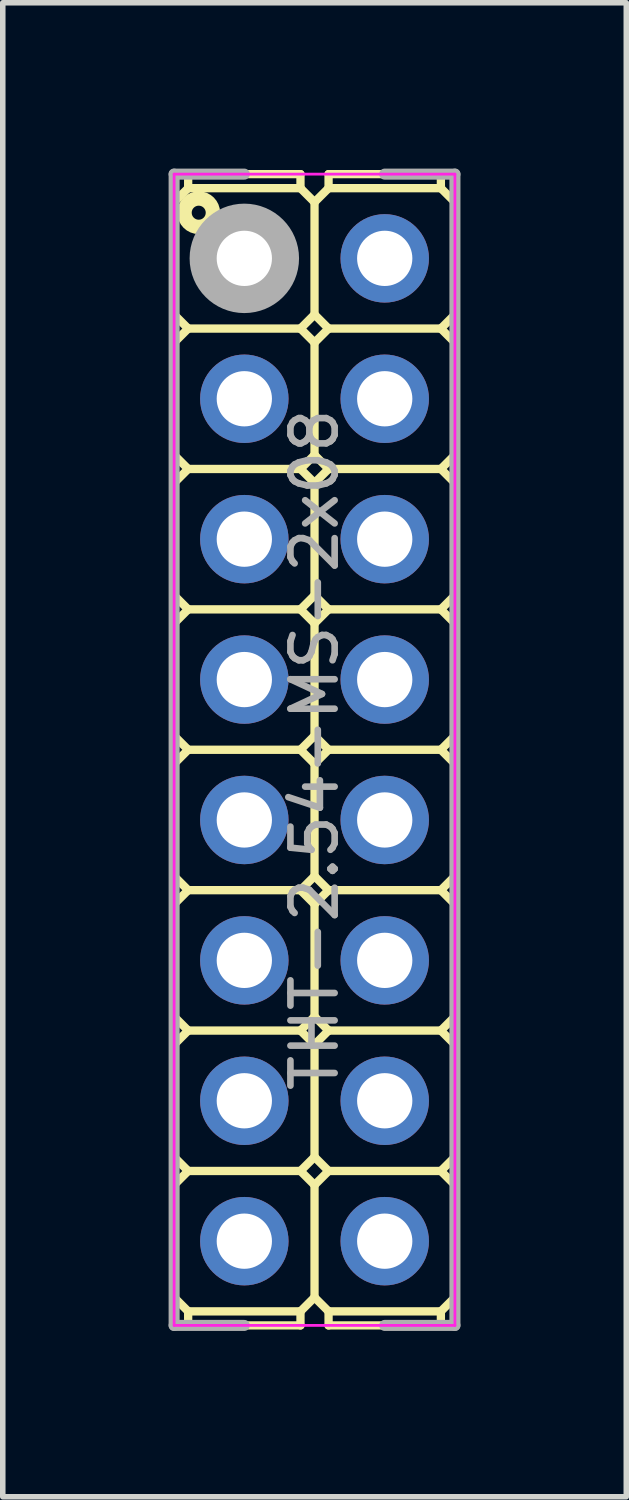
<source format=kicad_pcb>
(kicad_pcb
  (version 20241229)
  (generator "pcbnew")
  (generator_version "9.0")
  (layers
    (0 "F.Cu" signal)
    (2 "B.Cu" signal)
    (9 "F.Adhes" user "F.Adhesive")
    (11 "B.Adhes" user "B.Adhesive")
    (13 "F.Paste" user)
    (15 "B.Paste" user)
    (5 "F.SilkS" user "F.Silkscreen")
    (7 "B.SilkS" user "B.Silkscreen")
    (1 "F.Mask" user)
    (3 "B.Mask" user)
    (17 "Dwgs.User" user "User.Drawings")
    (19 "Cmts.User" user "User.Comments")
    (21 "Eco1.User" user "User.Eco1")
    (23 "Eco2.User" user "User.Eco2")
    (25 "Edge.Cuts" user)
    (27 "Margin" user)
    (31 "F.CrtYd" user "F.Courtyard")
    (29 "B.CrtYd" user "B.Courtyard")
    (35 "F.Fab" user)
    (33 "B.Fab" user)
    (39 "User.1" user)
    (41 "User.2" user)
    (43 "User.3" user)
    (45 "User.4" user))
  (footprint "THT-2.54-MS-2x08"
    (layer "F.Cu")
    (at 2.64 10.514)
    (property "Reference" "THT-2.54-MS-2x08" (at 0 0 270) (layer "F.Fab") (effects (font (size 0.8 0.8) (thickness 0.12))))
    (attr through_hole)
    (fp_line (start -2.54 -9.906) (end -2.54 -7.874) (stroke (width 0.15) (type solid)) (layer "F.SilkS"))
    (fp_line (start -2.54 -9.906) (end -2.286 -10.16) (stroke (width 0.15) (type solid)) (layer "F.SilkS"))
    (fp_line (start -2.54 -7.874) (end -2.286 -7.62) (stroke (width 0.15) (type solid)) (layer "F.SilkS"))
    (fp_line (start -2.54 -7.366) (end -2.54 -5.334) (stroke (width 0.15) (type solid)) (layer "F.SilkS"))
    (fp_line (start -2.54 -5.334) (end -2.286 -5.08) (stroke (width 0.15) (type solid)) (layer "F.SilkS"))
    (fp_line (start -2.54 -4.826) (end -2.54 -2.794) (stroke (width 0.15) (type solid)) (layer "F.SilkS"))
    (fp_line (start -2.54 -2.794) (end -2.286 -2.54) (stroke (width 0.15) (type solid)) (layer "F.SilkS"))
    (fp_line (start -2.54 -2.286) (end -2.54 -0.254) (stroke (width 0.15) (type solid)) (layer "F.SilkS"))
    (fp_line (start -2.54 -0.254) (end -2.286 0) (stroke (width 0.15) (type solid)) (layer "F.SilkS"))
    (fp_line (start -2.54 0.254) (end -2.54 2.286) (stroke (width 0.15) (type solid)) (layer "F.SilkS"))
    (fp_line (start -2.54 2.286) (end -2.286 2.54) (stroke (width 0.15) (type solid)) (layer "F.SilkS"))
    (fp_line (start -2.54 2.794) (end -2.54 4.826) (stroke (width 0.15) (type solid)) (layer "F.SilkS"))
    (fp_line (start -2.54 4.826) (end -2.286 5.08) (stroke (width 0.15) (type solid)) (layer "F.SilkS"))
    (fp_line (start -2.54 5.334) (end -2.54 7.366) (stroke (width 0.15) (type solid)) (layer "F.SilkS"))
    (fp_line (start -2.54 7.366) (end -2.286 7.62) (stroke (width 0.15) (type solid)) (layer "F.SilkS"))
    (fp_line (start -2.54 7.874) (end -2.54 9.906) (stroke (width 0.15) (type solid)) (layer "F.SilkS"))
    (fp_line (start -2.54 9.906) (end -2.286 10.16) (stroke (width 0.15) (type solid)) (layer "F.SilkS"))
    (fp_line (start -2.286 -10.414) (end -0.254 -10.414) (stroke (width 0.15) (type solid)) (layer "F.SilkS"))
    (fp_line (start -2.286 -10.16) (end -2.286 -10.414) (stroke (width 0.15) (type solid)) (layer "F.SilkS"))
    (fp_line (start -2.286 -10.16) (end -0.254 -10.16) (stroke (width 0.15) (type solid)) (layer "F.SilkS"))
    (fp_line (start -2.286 -7.62) (end -2.54 -7.366) (stroke (width 0.15) (type solid)) (layer "F.SilkS"))
    (fp_line (start -2.286 -5.08) (end -2.54 -4.826) (stroke (width 0.15) (type solid)) (layer "F.SilkS"))
    (fp_line (start -2.286 -5.08) (end -0.254 -5.08) (stroke (width 0.15) (type solid)) (layer "F.SilkS"))
    (fp_line (start -2.286 -2.54) (end -2.54 -2.286) (stroke (width 0.15) (type solid)) (layer "F.SilkS"))
    (fp_line (start -2.286 0) (end -2.54 0.254) (stroke (width 0.15) (type solid)) (layer "F.SilkS"))
    (fp_line (start -2.286 2.54) (end -2.54 2.794) (stroke (width 0.15) (type solid)) (layer "F.SilkS"))
    (fp_line (start -2.286 5.08) (end -2.54 5.334) (stroke (width 0.15) (type solid)) (layer "F.SilkS"))
    (fp_line (start -2.286 7.62) (end -2.54 7.874) (stroke (width 0.15) (type solid)) (layer "F.SilkS"))
    (fp_line (start -2.286 10.16) (end -2.286 10.414) (stroke (width 0.15) (type solid)) (layer "F.SilkS"))
    (fp_line (start -2.286 10.16) (end -0.254 10.16) (stroke (width 0.15) (type solid)) (layer "F.SilkS"))
    (fp_line (start -2.286 10.414) (end -0.254 10.414) (stroke (width 0.15) (type solid)) (layer "F.SilkS"))
    (fp_line (start -0.254 -10.414) (end -0.254 -10.16) (stroke (width 0.15) (type solid)) (layer "F.SilkS"))
    (fp_line (start -0.254 -10.16) (end 0 -9.906) (stroke (width 0.15) (type solid)) (layer "F.SilkS"))
    (fp_line (start -0.254 -7.62) (end -2.286 -7.62) (stroke (width 0.15) (type solid)) (layer "F.SilkS"))
    (fp_line (start -0.254 -5.08) (end 0 -5.334) (stroke (width 0.15) (type solid)) (layer "F.SilkS"))
    (fp_line (start -0.254 -2.54) (end -2.286 -2.54) (stroke (width 0.15) (type solid)) (layer "F.SilkS"))
    (fp_line (start -0.254 -2.54) (end 0 -2.794) (stroke (width 0.15) (type solid)) (layer "F.SilkS"))
    (fp_line (start -0.254 0) (end -2.286 0) (stroke (width 0.15) (type solid)) (layer "F.SilkS"))
    (fp_line (start -0.254 0) (end 0 -0.254) (stroke (width 0.15) (type solid)) (layer "F.SilkS"))
    (fp_line (start -0.254 2.54) (end -2.286 2.54) (stroke (width 0.15) (type solid)) (layer "F.SilkS"))
    (fp_line (start -0.254 2.54) (end 0 2.286) (stroke (width 0.15) (type solid)) (layer "F.SilkS"))
    (fp_line (start -0.254 5.08) (end -2.286 5.08) (stroke (width 0.15) (type solid)) (layer "F.SilkS"))
    (fp_line (start -0.254 5.08) (end 0 4.826) (stroke (width 0.15) (type solid)) (layer "F.SilkS"))
    (fp_line (start -0.254 7.62) (end -2.286 7.62) (stroke (width 0.15) (type solid)) (layer "F.SilkS"))
    (fp_line (start -0.254 7.62) (end 0 7.366) (stroke (width 0.15) (type solid)) (layer "F.SilkS"))
    (fp_line (start -0.254 10.16) (end 0 9.906) (stroke (width 0.15) (type solid)) (layer "F.SilkS"))
    (fp_line (start -0.254 10.414) (end -0.254 10.16) (stroke (width 0.15) (type solid)) (layer "F.SilkS"))
    (fp_line (start 0 -9.906) (end 0 -7.874) (stroke (width 0.15) (type solid)) (layer "F.SilkS"))
    (fp_line (start 0 -9.906) (end 0.254 -10.16) (stroke (width 0.15) (type solid)) (layer "F.SilkS"))
    (fp_line (start 0 -7.874) (end -0.254 -7.62) (stroke (width 0.15) (type solid)) (layer "F.SilkS"))
    (fp_line (start 0 -7.874) (end 0.254 -7.62) (stroke (width 0.15) (type solid)) (layer "F.SilkS"))
    (fp_line (start 0 -7.366) (end -0.254 -7.62) (stroke (width 0.15) (type solid)) (layer "F.SilkS"))
    (fp_line (start 0 -5.334) (end 0 -7.366) (stroke (width 0.15) (type solid)) (layer "F.SilkS"))
    (fp_line (start 0 -5.334) (end 0.254 -5.08) (stroke (width 0.15) (type solid)) (layer "F.SilkS"))
    (fp_line (start 0 -4.826) (end -0.254 -5.08) (stroke (width 0.15) (type solid)) (layer "F.SilkS"))
    (fp_line (start 0 -2.794) (end 0 -4.826) (stroke (width 0.15) (type solid)) (layer "F.SilkS"))
    (fp_line (start 0 -2.794) (end 0.254 -2.54) (stroke (width 0.15) (type solid)) (layer "F.SilkS"))
    (fp_line (start 0 -2.286) (end -0.254 -2.54) (stroke (width 0.15) (type solid)) (layer "F.SilkS"))
    (fp_line (start 0 -0.254) (end 0 -2.286) (stroke (width 0.15) (type solid)) (layer "F.SilkS"))
    (fp_line (start 0 -0.254) (end 0.254 0) (stroke (width 0.15) (type solid)) (layer "F.SilkS"))
    (fp_line (start 0 0.254) (end -0.254 0) (stroke (width 0.15) (type solid)) (layer "F.SilkS"))
    (fp_line (start 0 2.286) (end 0 0.254) (stroke (width 0.15) (type solid)) (layer "F.SilkS"))
    (fp_line (start 0 2.286) (end 0.254 2.54) (stroke (width 0.15) (type solid)) (layer "F.SilkS"))
    (fp_line (start 0 2.794) (end -0.254 2.54) (stroke (width 0.15) (type solid)) (layer "F.SilkS"))
    (fp_line (start 0 4.826) (end 0 2.794) (stroke (width 0.15) (type solid)) (layer "F.SilkS"))
    (fp_line (start 0 4.826) (end 0.254 5.08) (stroke (width 0.15) (type solid)) (layer "F.SilkS"))
    (fp_line (start 0 5.334) (end -0.254 5.08) (stroke (width 0.15) (type solid)) (layer "F.SilkS"))
    (fp_line (start 0 7.366) (end 0 5.334) (stroke (width 0.15) (type solid)) (layer "F.SilkS"))
    (fp_line (start 0 7.366) (end 0.254 7.62) (stroke (width 0.15) (type solid)) (layer "F.SilkS"))
    (fp_line (start 0 7.874) (end -0.254 7.62) (stroke (width 0.15) (type solid)) (layer "F.SilkS"))
    (fp_line (start 0 9.906) (end 0 7.874) (stroke (width 0.15) (type solid)) (layer "F.SilkS"))
    (fp_line (start 0 9.906) (end 0.254 10.16) (stroke (width 0.15) (type solid)) (layer "F.SilkS"))
    (fp_line (start 0.254 -10.414) (end 2.286 -10.414) (stroke (width 0.15) (type solid)) (layer "F.SilkS"))
    (fp_line (start 0.254 -10.16) (end 0.254 -10.414) (stroke (width 0.15) (type solid)) (layer "F.SilkS"))
    (fp_line (start 0.254 -10.16) (end 2.286 -10.16) (stroke (width 0.15) (type solid)) (layer "F.SilkS"))
    (fp_line (start 0.254 -7.62) (end 0 -7.366) (stroke (width 0.15) (type solid)) (layer "F.SilkS"))
    (fp_line (start 0.254 -5.08) (end 0 -4.826) (stroke (width 0.15) (type solid)) (layer "F.SilkS"))
    (fp_line (start 0.254 -5.08) (end 2.286 -5.08) (stroke (width 0.15) (type solid)) (layer "F.SilkS"))
    (fp_line (start 0.254 -2.54) (end 0 -2.286) (stroke (width 0.15) (type solid)) (layer "F.SilkS"))
    (fp_line (start 0.254 0) (end 0 0.254) (stroke (width 0.15) (type solid)) (layer "F.SilkS"))
    (fp_line (start 0.254 2.54) (end 0 2.794) (stroke (width 0.15) (type solid)) (layer "F.SilkS"))
    (fp_line (start 0.254 5.08) (end 0 5.334) (stroke (width 0.15) (type solid)) (layer "F.SilkS"))
    (fp_line (start 0.254 7.62) (end 0 7.874) (stroke (width 0.15) (type solid)) (layer "F.SilkS"))
    (fp_line (start 0.254 10.16) (end 0.254 10.414) (stroke (width 0.15) (type solid)) (layer "F.SilkS"))
    (fp_line (start 0.254 10.16) (end 2.286 10.16) (stroke (width 0.15) (type solid)) (layer "F.SilkS"))
    (fp_line (start 0.254 10.414) (end 2.286 10.414) (stroke (width 0.15) (type solid)) (layer "F.SilkS"))
    (fp_line (start 2.286 -10.414) (end 2.286 -10.16) (stroke (width 0.15) (type solid)) (layer "F.SilkS"))
    (fp_line (start 2.286 -10.16) (end 2.54 -9.906) (stroke (width 0.15) (type solid)) (layer "F.SilkS"))
    (fp_line (start 2.286 -7.62) (end 0.254 -7.62) (stroke (width 0.15) (type solid)) (layer "F.SilkS"))
    (fp_line (start 2.286 -5.08) (end 2.54 -5.334) (stroke (width 0.15) (type solid)) (layer "F.SilkS"))
    (fp_line (start 2.286 -2.54) (end 0.254 -2.54) (stroke (width 0.15) (type solid)) (layer "F.SilkS"))
    (fp_line (start 2.286 -2.54) (end 2.54 -2.794) (stroke (width 0.15) (type solid)) (layer "F.SilkS"))
    (fp_line (start 2.286 0) (end 0.254 0) (stroke (width 0.15) (type solid)) (layer "F.SilkS"))
    (fp_line (start 2.286 0) (end 2.54 -0.254) (stroke (width 0.15) (type solid)) (layer "F.SilkS"))
    (fp_line (start 2.286 2.54) (end 0.254 2.54) (stroke (width 0.15) (type solid)) (layer "F.SilkS"))
    (fp_line (start 2.286 2.54) (end 2.54 2.286) (stroke (width 0.15) (type solid)) (layer "F.SilkS"))
    (fp_line (start 2.286 5.08) (end 0.254 5.08) (stroke (width 0.15) (type solid)) (layer "F.SilkS"))
    (fp_line (start 2.286 5.08) (end 2.54 4.826) (stroke (width 0.15) (type solid)) (layer "F.SilkS"))
    (fp_line (start 2.286 7.62) (end 0.254 7.62) (stroke (width 0.15) (type solid)) (layer "F.SilkS"))
    (fp_line (start 2.286 7.62) (end 2.54 7.366) (stroke (width 0.15) (type solid)) (layer "F.SilkS"))
    (fp_line (start 2.286 10.16) (end 2.54 9.906) (stroke (width 0.15) (type solid)) (layer "F.SilkS"))
    (fp_line (start 2.286 10.414) (end 2.286 10.16) (stroke (width 0.15) (type solid)) (layer "F.SilkS"))
    (fp_line (start 2.54 -9.906) (end 2.54 -7.874) (stroke (width 0.15) (type solid)) (layer "F.SilkS"))
    (fp_line (start 2.54 -7.874) (end 2.286 -7.62) (stroke (width 0.15) (type solid)) (layer "F.SilkS"))
    (fp_line (start 2.54 -7.366) (end 2.286 -7.62) (stroke (width 0.15) (type solid)) (layer "F.SilkS"))
    (fp_line (start 2.54 -5.334) (end 2.54 -7.366) (stroke (width 0.15) (type solid)) (layer "F.SilkS"))
    (fp_line (start 2.54 -4.826) (end 2.286 -5.08) (stroke (width 0.15) (type solid)) (layer "F.SilkS"))
    (fp_line (start 2.54 -2.794) (end 2.54 -4.826) (stroke (width 0.15) (type solid)) (layer "F.SilkS"))
    (fp_line (start 2.54 -2.286) (end 2.286 -2.54) (stroke (width 0.15) (type solid)) (layer "F.SilkS"))
    (fp_line (start 2.54 -0.254) (end 2.54 -2.286) (stroke (width 0.15) (type solid)) (layer "F.SilkS"))
    (fp_line (start 2.54 0.254) (end 2.286 0) (stroke (width 0.15) (type solid)) (layer "F.SilkS"))
    (fp_line (start 2.54 2.286) (end 2.54 0.254) (stroke (width 0.15) (type solid)) (layer "F.SilkS"))
    (fp_line (start 2.54 2.794) (end 2.286 2.54) (stroke (width 0.15) (type solid)) (layer "F.SilkS"))
    (fp_line (start 2.54 4.826) (end 2.54 2.794) (stroke (width 0.15) (type solid)) (layer "F.SilkS"))
    (fp_line (start 2.54 5.334) (end 2.286 5.08) (stroke (width 0.15) (type solid)) (layer "F.SilkS"))
    (fp_line (start 2.54 7.366) (end 2.54 5.334) (stroke (width 0.15) (type solid)) (layer "F.SilkS"))
    (fp_line (start 2.54 7.874) (end 2.286 7.62) (stroke (width 0.15) (type solid)) (layer "F.SilkS"))
    (fp_line (start 2.54 9.906) (end 2.54 7.874) (stroke (width 0.15) (type solid)) (layer "F.SilkS"))
    (fp_circle (center -2.095 -9.716) (end -1.968 -9.716) (stroke (width 0.26) (type solid)) (fill no) (layer "F.SilkS"))
    (fp_line (start -2.54 -10.414) (end 2.54 -10.414) (stroke (width 0.05) (type solid)) (layer "F.CrtYd"))
    (fp_line (start -2.54 10.414) (end -2.54 -10.414) (stroke (width 0.05) (type solid)) (layer "F.CrtYd"))
    (fp_line (start 2.54 -10.414) (end 2.54 10.414) (stroke (width 0.05) (type solid)) (layer "F.CrtYd"))
    (fp_line (start 2.54 10.414) (end -2.54 10.414) (stroke (width 0.05) (type solid)) (layer "F.CrtYd"))
    (fp_line (start -2.54 -10.414) (end -2.54 10.414) (stroke (width 0.2) (type solid)) (layer "F.Fab"))
    (fp_line (start -2.54 -10.414) (end -1.27 -10.414) (stroke (width 0.2) (type solid)) (layer "F.Fab"))
    (fp_line (start -2.54 10.414) (end -1.27 10.414) (stroke (width 0.2) (type solid)) (layer "F.Fab"))
    (fp_line (start 1.27 -10.414) (end 2.54 -10.414) (stroke (width 0.2) (type solid)) (layer "F.Fab"))
    (fp_line (start 1.27 10.414) (end 2.54 10.414) (stroke (width 0.2) (type solid)) (layer "F.Fab"))
    (fp_line (start 2.54 10.414) (end 2.54 -10.414) (stroke (width 0.2) (type solid)) (layer "F.Fab"))
    (fp_circle (center -1.27 -8.89) (end -1.27 -8.7) (stroke (width 0.8) (type solid)) (fill no) (layer "F.Fab"))
    (pad "1" thru_hole circle (at -1.27 -8.89) (size 1.6 1.6) (drill 1) (layers "*.Cu" "*.Mask"))
    (pad "2" thru_hole circle (at 1.27 -8.89) (size 1.6 1.6) (drill 1) (layers "*.Cu" "*.Mask"))
    (pad "3" thru_hole circle (at -1.27 -6.35) (size 1.6 1.6) (drill 1) (layers "*.Cu" "*.Mask"))
    (pad "4" thru_hole circle (at 1.27 -6.35) (size 1.6 1.6) (drill 1) (layers "*.Cu" "*.Mask"))
    (pad "5" thru_hole circle (at -1.27 -3.81) (size 1.6 1.6) (drill 1) (layers "*.Cu" "*.Mask"))
    (pad "6" thru_hole circle (at 1.27 -3.81) (size 1.6 1.6) (drill 1) (layers "*.Cu" "*.Mask"))
    (pad "7" thru_hole circle (at -1.27 -1.27) (size 1.6 1.6) (drill 1) (layers "*.Cu" "*.Mask"))
    (pad "8" thru_hole circle (at 1.27 -1.27) (size 1.6 1.6) (drill 1) (layers "*.Cu" "*.Mask"))
    (pad "9" thru_hole circle (at -1.27 1.27) (size 1.6 1.6) (drill 1) (layers "*.Cu" "*.Mask"))
    (pad "10" thru_hole circle (at 1.27 1.27) (size 1.6 1.6) (drill 1) (layers "*.Cu" "*.Mask"))
    (pad "11" thru_hole circle (at -1.27 3.81) (size 1.6 1.6) (drill 1) (layers "*.Cu" "*.Mask"))
    (pad "12" thru_hole circle (at 1.27 3.81) (size 1.6 1.6) (drill 1) (layers "*.Cu" "*.Mask"))
    (pad "13" thru_hole circle (at -1.27 6.35) (size 1.6 1.6) (drill 1) (layers "*.Cu" "*.Mask"))
    (pad "14" thru_hole circle (at 1.27 6.35) (size 1.6 1.6) (drill 1) (layers "*.Cu" "*.Mask"))
    (pad "15" thru_hole circle (at -1.27 8.89) (size 1.6 1.6) (drill 1) (layers "*.Cu" "*.Mask"))
    (pad "16" thru_hole circle (at 1.27 8.89) (size 1.6 1.6) (drill 1) (layers "*.Cu" "*.Mask")))
  (gr_rect
    (start -3 -3)
    (end 8.28 24.028)
    (stroke (width 0.1) (type default))
    (fill no)
    (layer "Edge.Cuts")))
</source>
